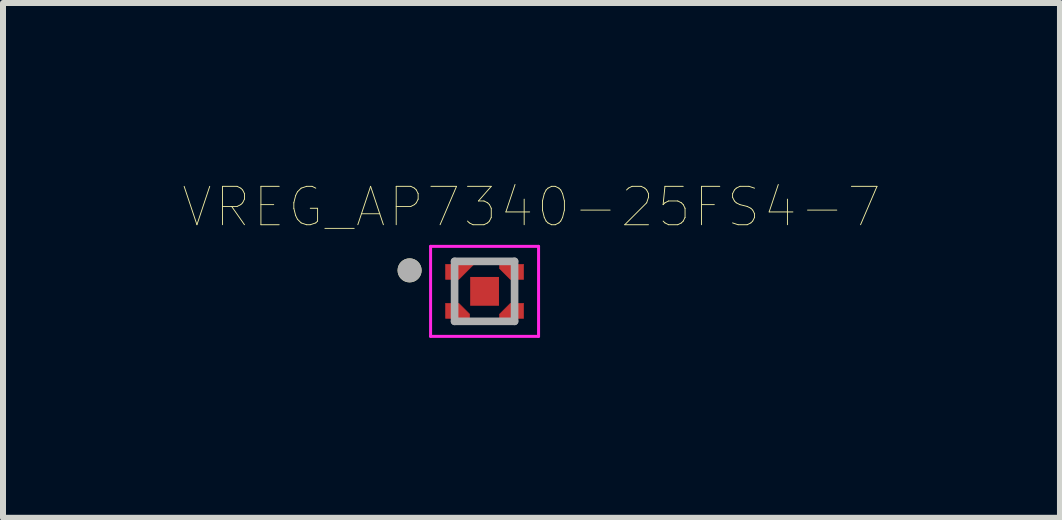
<source format=kicad_pcb>
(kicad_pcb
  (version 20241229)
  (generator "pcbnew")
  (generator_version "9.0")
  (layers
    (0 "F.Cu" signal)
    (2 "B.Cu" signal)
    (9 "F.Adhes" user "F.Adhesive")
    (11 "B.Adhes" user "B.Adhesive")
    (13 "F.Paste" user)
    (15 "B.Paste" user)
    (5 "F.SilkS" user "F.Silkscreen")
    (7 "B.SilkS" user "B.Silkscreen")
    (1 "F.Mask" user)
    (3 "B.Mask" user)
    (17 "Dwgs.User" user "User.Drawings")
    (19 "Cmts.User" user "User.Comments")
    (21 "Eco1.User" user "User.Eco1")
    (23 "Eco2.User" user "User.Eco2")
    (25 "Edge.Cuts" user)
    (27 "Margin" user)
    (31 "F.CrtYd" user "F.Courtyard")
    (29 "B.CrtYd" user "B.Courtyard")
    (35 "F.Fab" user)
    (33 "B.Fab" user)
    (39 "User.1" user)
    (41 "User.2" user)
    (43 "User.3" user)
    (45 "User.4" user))
  (footprint "VREG_AP7340-25FS4-7"
    (layer "F.Cu")
    (at 5.028 1.807)
    (property "Reference" "VREG_AP7340-25FS4-7" (at 0.782 -1.406 0) (layer "F.SilkS") (effects (font (size 0.64 0.64) (thickness 0.015))))
    (attr through_hole)
    (fp_poly (pts (xy -0.65 -0.45) (xy -0.18 -0.45) (xy -0.43 -0.2) (xy -0.65 -0.2)) (stroke (width 0.01) (type solid)) (fill yes) (layer "F.Cu"))
    (fp_poly (pts (xy -0.65 0.45) (xy -0.25 0.45) (xy -0.25 0.38) (xy -0.43 0.2) (xy -0.65 0.2)) (stroke (width 0.01) (type solid)) (fill yes) (layer "F.Cu"))
    (fp_poly (pts (xy 0.65 -0.45) (xy 0.25 -0.45) (xy 0.25 -0.38) (xy 0.43 -0.2) (xy 0.65 -0.2)) (stroke (width 0.01) (type solid)) (fill yes) (layer "F.Cu"))
    (fp_poly (pts (xy 0.65 0.45) (xy 0.25 0.45) (xy 0.25 0.38) (xy 0.43 0.2) (xy 0.65 0.2)) (stroke (width 0.01) (type solid)) (fill yes) (layer "F.Cu"))
    (fp_poly (pts (xy -0.75 -0.55) (xy 0.02 -0.55) (xy -0.43 -0.1) (xy -0.75 -0.1)) (stroke (width 0.01) (type solid)) (fill yes) (layer "F.Mask"))
    (fp_poly (pts (xy -0.75 0.55) (xy -0.15 0.55) (xy -0.15 0.38) (xy -0.43 0.1) (xy -0.75 0.1)) (stroke (width 0.01) (type solid)) (fill yes) (layer "F.Mask"))
    (fp_poly (pts (xy 0.75 -0.55) (xy 0.15 -0.55) (xy 0.15 -0.38) (xy 0.43 -0.1) (xy 0.75 -0.1)) (stroke (width 0.01) (type solid)) (fill yes) (layer "F.Mask"))
    (fp_poly (pts (xy 0.75 0.55) (xy 0.15 0.55) (xy 0.15 0.38) (xy 0.43 0.1) (xy 0.75 0.1)) (stroke (width 0.01) (type solid)) (fill yes) (layer "F.Mask"))
    (fp_circle (center -1.25 -0.35) (end -1.15 -0.35) (stroke (width 0.2) (type solid)) (fill no) (layer "F.SilkS"))
    (fp_poly (pts (xy -0.65 -0.45) (xy -0.18 -0.45) (xy -0.43 -0.2) (xy -0.65 -0.2)) (stroke (width 0.01) (type solid)) (fill yes) (layer "F.Paste"))
    (fp_poly (pts (xy -0.152 -0.152) (xy 0.152 -0.152) (xy 0.152 0.152) (xy -0.152 0.152)) (stroke (width 0.01) (type solid)) (fill yes) (layer "F.Paste"))
    (fp_poly (pts (xy -0.65 0.45) (xy -0.25 0.45) (xy -0.25 0.38) (xy -0.43 0.2) (xy -0.65 0.2)) (stroke (width 0.01) (type solid)) (fill yes) (layer "F.Paste"))
    (fp_poly (pts (xy 0.65 -0.45) (xy 0.25 -0.45) (xy 0.25 -0.38) (xy 0.43 -0.2) (xy 0.65 -0.2)) (stroke (width 0.01) (type solid)) (fill yes) (layer "F.Paste"))
    (fp_poly (pts (xy 0.65 0.45) (xy 0.25 0.45) (xy 0.25 0.38) (xy 0.43 0.2) (xy 0.65 0.2)) (stroke (width 0.01) (type solid)) (fill yes) (layer "F.Paste"))
    (fp_line (start -0.9 -0.75) (end 0.9 -0.75) (stroke (width 0.05) (type solid)) (layer "F.CrtYd"))
    (fp_line (start -0.9 0.75) (end -0.9 -0.75) (stroke (width 0.05) (type solid)) (layer "F.CrtYd"))
    (fp_line (start 0.9 -0.75) (end 0.9 0.75) (stroke (width 0.05) (type solid)) (layer "F.CrtYd"))
    (fp_line (start 0.9 0.75) (end -0.9 0.75) (stroke (width 0.05) (type solid)) (layer "F.CrtYd"))
    (fp_line (start -0.5 -0.5) (end -0.5 0.5) (stroke (width 0.127) (type solid)) (layer "F.Fab"))
    (fp_line (start -0.5 0.5) (end 0.5 0.5) (stroke (width 0.127) (type solid)) (layer "F.Fab"))
    (fp_line (start 0.5 -0.5) (end -0.5 -0.5) (stroke (width 0.127) (type solid)) (layer "F.Fab"))
    (fp_line (start 0.5 0.5) (end 0.5 -0.5) (stroke (width 0.127) (type solid)) (layer "F.Fab"))
    (fp_circle (center -1.25 -0.35) (end -1.15 -0.35) (stroke (width 0.2) (type solid)) (fill no) (layer "F.Fab"))
    (pad "1" smd rect (at -0.45 -0.325) (size 0.1 0.1) (layers "F.Cu"))
    (pad "2" smd rect (at -0.45 0.325) (size 0.1 0.1) (layers "F.Cu"))
    (pad "3" smd rect (at 0.45 0.325) (size 0.1 0.1) (layers "F.Cu"))
    (pad "4" smd rect (at 0.45 -0.325) (size 0.1 0.1) (layers "F.Cu"))
    (pad "5" smd rect (at 0 0) (size 0.48 0.48) (layers "F.Cu" "F.Mask")))
  (gr_rect
    (start -3 -3)
    (end 14.62 5.582)
    (stroke (width 0.1) (type default))
    (fill no)
    (layer "Edge.Cuts")))
</source>
